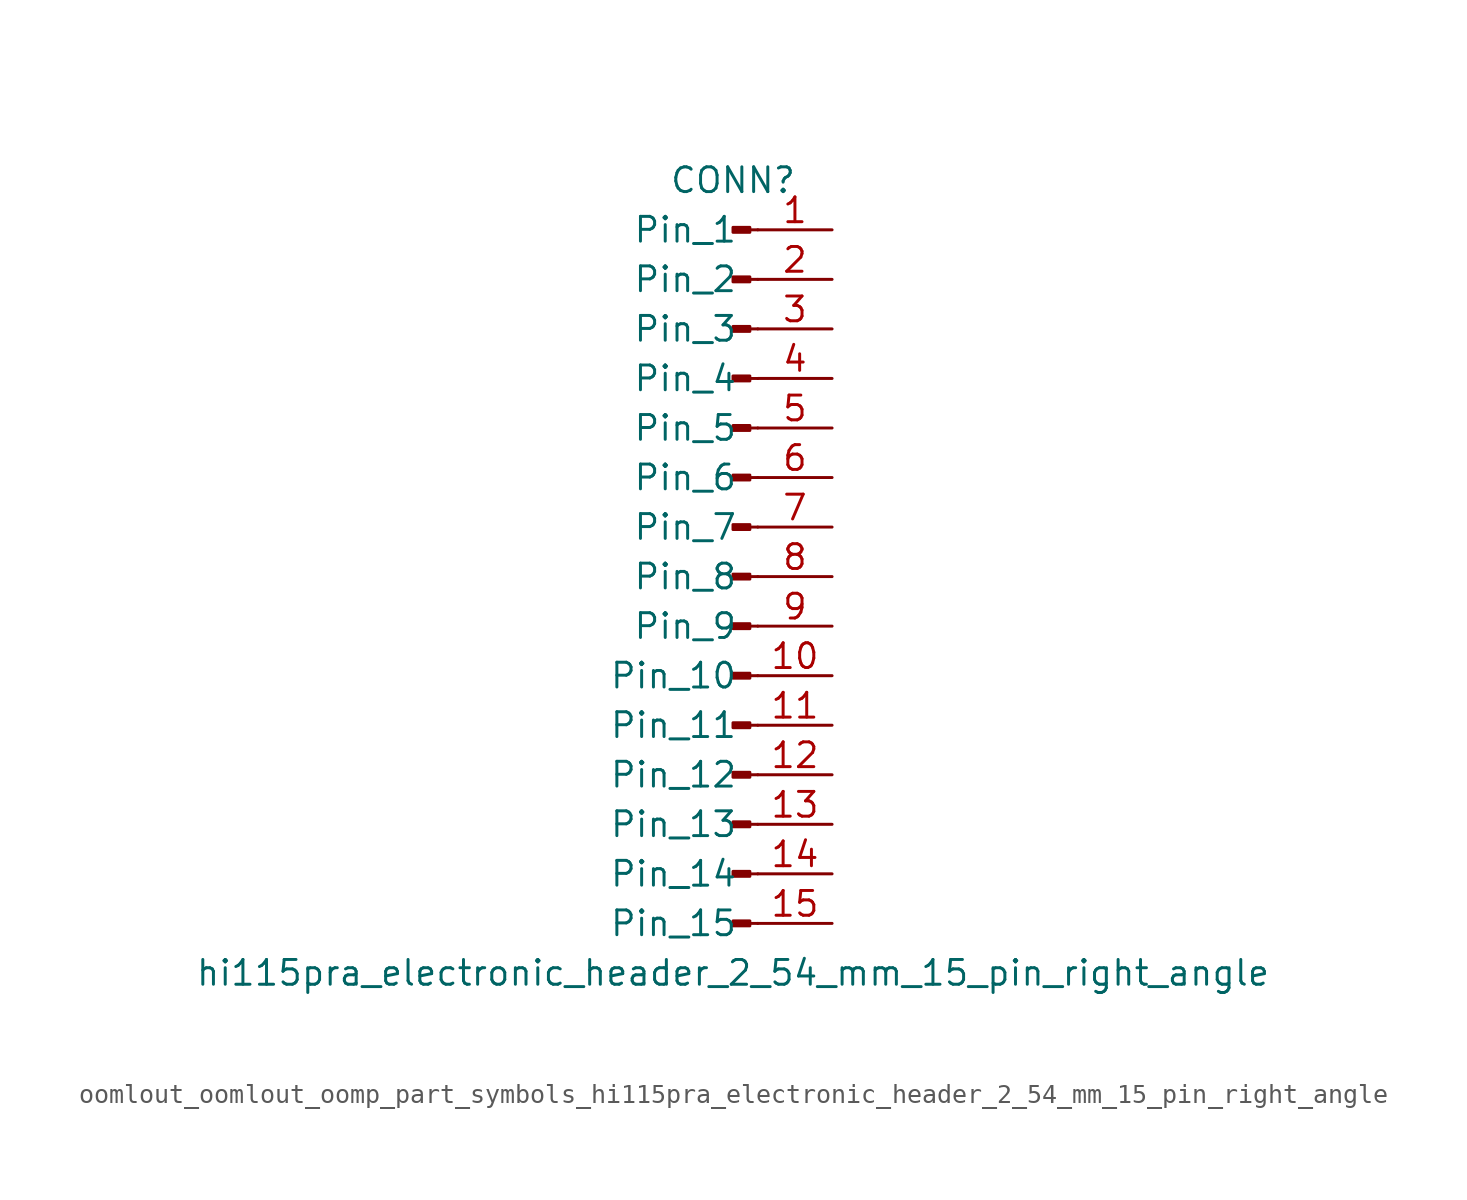
<source format=kicad_sym>
(kicad_symbol_lib
  (version 20220914)
  (generator kicad_symbol_editor)
  (symbol "oomlout_oomlout_oomp_part_symbols_hi115pra_electronic_header_2_54_mm_15_pin_right_angle"
    (pin_names
      (offset 1.016))
    (property "Reference" "CONN"
      (at 0 20.32 0)
      (effects (font (size 1.27 1.27))))
    (property "Value" "hi115pra_electronic_header_2_54_mm_15_pin_right_angle"
      (at 0 -20.32 0)
      (effects (font (size 1.27 1.27))))
    (property "ki_locked" ""
      (at 0 0 0)
      (effects (font (size 1.27 1.27))))
    (symbol "oomlout_oomlout_oomp_part_symbols_hi115pra_electronic_header_2_54_mm_15_pin_right_angle_1_1"
      (polyline (pts (xy 1.27 -17.78) (xy 0.864 -17.78)) (stroke (width 0.152) (type default)) (fill (type none)))
      (polyline (pts (xy 1.27 -15.24) (xy 0.864 -15.24)) (stroke (width 0.152) (type default)) (fill (type none)))
      (polyline (pts (xy 1.27 -12.7) (xy 0.864 -12.7)) (stroke (width 0.152) (type default)) (fill (type none)))
      (polyline (pts (xy 1.27 -10.16) (xy 0.864 -10.16)) (stroke (width 0.152) (type default)) (fill (type none)))
      (polyline (pts (xy 1.27 -7.62) (xy 0.864 -7.62)) (stroke (width 0.152) (type default)) (fill (type none)))
      (polyline (pts (xy 1.27 -5.08) (xy 0.864 -5.08)) (stroke (width 0.152) (type default)) (fill (type none)))
      (polyline (pts (xy 1.27 -2.54) (xy 0.864 -2.54)) (stroke (width 0.152) (type default)) (fill (type none)))
      (polyline (pts (xy 1.27 0) (xy 0.864 0)) (stroke (width 0.152) (type default)) (fill (type none)))
      (polyline (pts (xy 1.27 2.54) (xy 0.864 2.54)) (stroke (width 0.152) (type default)) (fill (type none)))
      (polyline (pts (xy 1.27 5.08) (xy 0.864 5.08)) (stroke (width 0.152) (type default)) (fill (type none)))
      (polyline (pts (xy 1.27 7.62) (xy 0.864 7.62)) (stroke (width 0.152) (type default)) (fill (type none)))
      (polyline (pts (xy 1.27 10.16) (xy 0.864 10.16)) (stroke (width 0.152) (type default)) (fill (type none)))
      (polyline (pts (xy 1.27 12.7) (xy 0.864 12.7)) (stroke (width 0.152) (type default)) (fill (type none)))
      (polyline (pts (xy 1.27 15.24) (xy 0.864 15.24)) (stroke (width 0.152) (type default)) (fill (type none)))
      (polyline (pts (xy 1.27 17.78) (xy 0.864 17.78)) (stroke (width 0.152) (type default)) (fill (type none)))
      (rectangle (start 0.864 -17.653) (end 0 -17.907) (stroke (width 0.152) (type default)) (fill (type outline)))
      (rectangle (start 0.864 -15.113) (end 0 -15.367) (stroke (width 0.152) (type default)) (fill (type outline)))
      (rectangle (start 0.864 -12.573) (end 0 -12.827) (stroke (width 0.152) (type default)) (fill (type outline)))
      (rectangle (start 0.864 -10.033) (end 0 -10.287) (stroke (width 0.152) (type default)) (fill (type outline)))
      (rectangle (start 0.864 -7.493) (end 0 -7.747) (stroke (width 0.152) (type default)) (fill (type outline)))
      (rectangle (start 0.864 -4.953) (end 0 -5.207) (stroke (width 0.152) (type default)) (fill (type outline)))
      (rectangle (start 0.864 -2.413) (end 0 -2.667) (stroke (width 0.152) (type default)) (fill (type outline)))
      (rectangle (start 0.864 0.127) (end 0 -0.127) (stroke (width 0.152) (type default)) (fill (type outline)))
      (rectangle (start 0.864 2.667) (end 0 2.413) (stroke (width 0.152) (type default)) (fill (type outline)))
      (rectangle (start 0.864 5.207) (end 0 4.953) (stroke (width 0.152) (type default)) (fill (type outline)))
      (rectangle (start 0.864 7.747) (end 0 7.493) (stroke (width 0.152) (type default)) (fill (type outline)))
      (rectangle (start 0.864 10.287) (end 0 10.033) (stroke (width 0.152) (type default)) (fill (type outline)))
      (rectangle (start 0.864 12.827) (end 0 12.573) (stroke (width 0.152) (type default)) (fill (type outline)))
      (rectangle (start 0.864 15.367) (end 0 15.113) (stroke (width 0.152) (type default)) (fill (type outline)))
      (rectangle (start 0.864 17.907) (end 0 17.653) (stroke (width 0.152) (type default)) (fill (type outline)))
      (pin passive line (at 5.08 17.78 180) (length 3.81) (name "Pin_1" (effects (font (size 1.27 1.27)))) (number "1" (effects (font (size 1.27 1.27)))))
      (pin passive line (at 5.08 -5.08 180) (length 3.81) (name "Pin_10" (effects (font (size 1.27 1.27)))) (number "10" (effects (font (size 1.27 1.27)))))
      (pin passive line (at 5.08 -7.62 180) (length 3.81) (name "Pin_11" (effects (font (size 1.27 1.27)))) (number "11" (effects (font (size 1.27 1.27)))))
      (pin passive line (at 5.08 -10.16 180) (length 3.81) (name "Pin_12" (effects (font (size 1.27 1.27)))) (number "12" (effects (font (size 1.27 1.27)))))
      (pin passive line (at 5.08 -12.7 180) (length 3.81) (name "Pin_13" (effects (font (size 1.27 1.27)))) (number "13" (effects (font (size 1.27 1.27)))))
      (pin passive line (at 5.08 -15.24 180) (length 3.81) (name "Pin_14" (effects (font (size 1.27 1.27)))) (number "14" (effects (font (size 1.27 1.27)))))
      (pin passive line (at 5.08 -17.78 180) (length 3.81) (name "Pin_15" (effects (font (size 1.27 1.27)))) (number "15" (effects (font (size 1.27 1.27)))))
      (pin passive line (at 5.08 15.24 180) (length 3.81) (name "Pin_2" (effects (font (size 1.27 1.27)))) (number "2" (effects (font (size 1.27 1.27)))))
      (pin passive line (at 5.08 12.7 180) (length 3.81) (name "Pin_3" (effects (font (size 1.27 1.27)))) (number "3" (effects (font (size 1.27 1.27)))))
      (pin passive line (at 5.08 10.16 180) (length 3.81) (name "Pin_4" (effects (font (size 1.27 1.27)))) (number "4" (effects (font (size 1.27 1.27)))))
      (pin passive line (at 5.08 7.62 180) (length 3.81) (name "Pin_5" (effects (font (size 1.27 1.27)))) (number "5" (effects (font (size 1.27 1.27)))))
      (pin passive line (at 5.08 5.08 180) (length 3.81) (name "Pin_6" (effects (font (size 1.27 1.27)))) (number "6" (effects (font (size 1.27 1.27)))))
      (pin passive line (at 5.08 2.54 180) (length 3.81) (name "Pin_7" (effects (font (size 1.27 1.27)))) (number "7" (effects (font (size 1.27 1.27)))))
      (pin passive line (at 5.08 0 180) (length 3.81) (name "Pin_8" (effects (font (size 1.27 1.27)))) (number "8" (effects (font (size 1.27 1.27)))))
      (pin passive line (at 5.08 -2.54 180) (length 3.81) (name "Pin_9" (effects (font (size 1.27 1.27)))) (number "9" (effects (font (size 1.27 1.27))))))))
</source>
